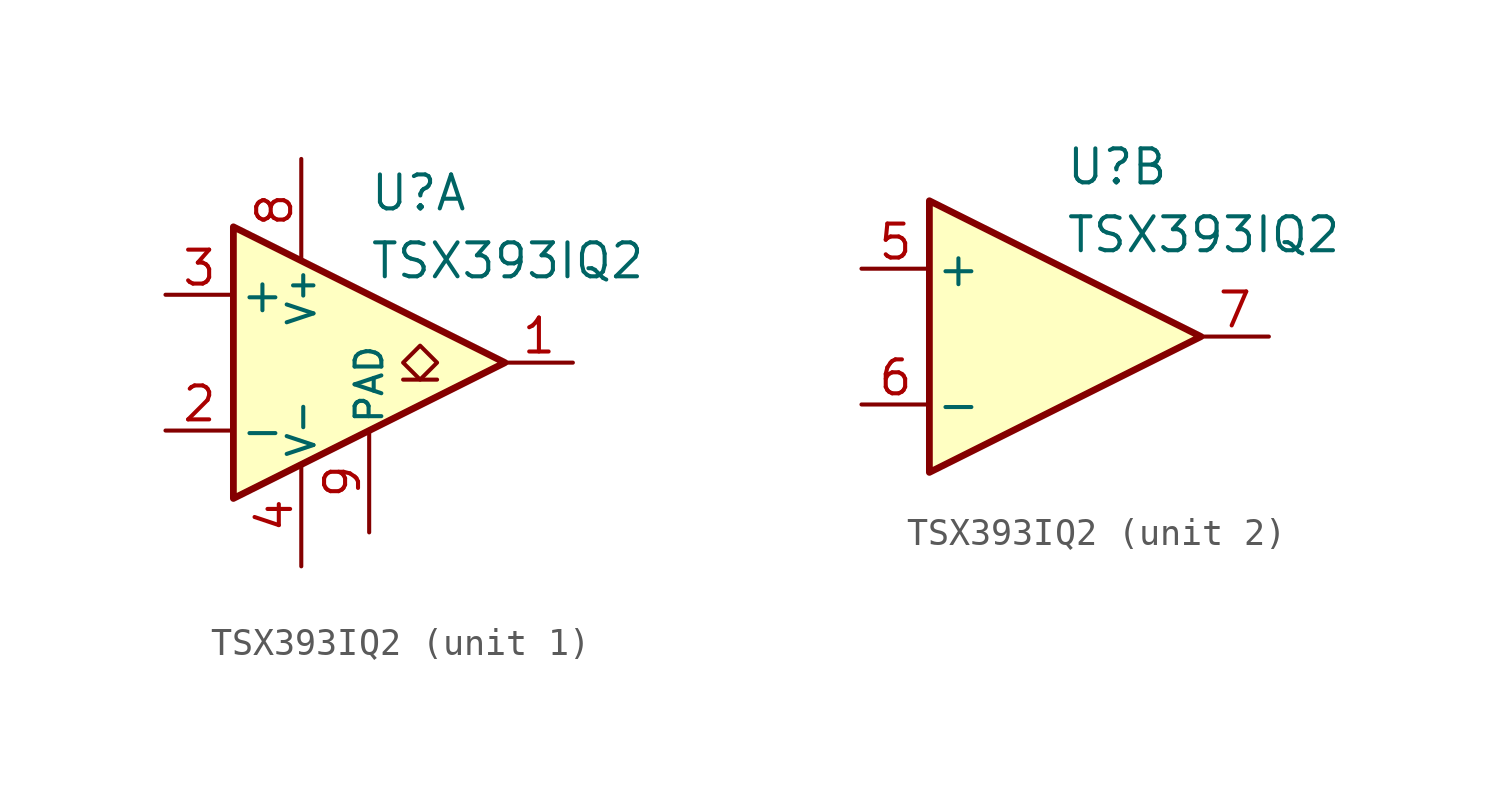
<source format=kicad_sym>
(kicad_symbol_lib
  (version 20231120)
  (generator "kicad_symbol_editor")
  (generator_version "8.0")
  (symbol "TSX393IQ2"
    (pin_names
      (offset 0.2))
    (property "Reference" "U"
      (at 1.27 6.35 0)
      (effects (font (size 1.27 1.27)) (justify left)))
    (property "Value" "TSX393IQ2"
      (at 1.27 3.81 0)
      (effects (font (size 1.27 1.27)) (justify left)))
    (property "ki_locked" ""
      (at 0 0 0)
      (effects (font (size 1.27 1.27))))
    (symbol "TSX393IQ2_0_1"
      (polyline (pts (xy -3.81 5.08) (xy -3.81 -5.08) (xy 6.35 0) (xy -3.81 5.08)) (stroke (width 0.254) (type default)) (fill (type background))))
    (symbol "TSX393IQ2_1_1"
      (polyline (pts (xy 3.81 -0.635) (xy 2.54 -0.635)) (stroke (width 0.152) (type default)) (fill (type none)))
      (polyline (pts (xy 3.175 -0.635) (xy 2.54 0) (xy 3.175 0.635) (xy 3.81 0) (xy 3.175 -0.635)) (stroke (width 0.152) (type default)) (fill (type none)))
      (pin output line (at 8.89 0 180) (length 2.54) (name "~" (effects (font (size 1.27 1.27)))) (number "1" (effects (font (size 1.27 1.27)))))
      (pin input line (at -6.35 -2.54 0) (length 2.54) (name "-" (effects (font (size 1.27 1.27)))) (number "2" (effects (font (size 1.27 1.27)))))
      (pin input line (at -6.35 2.54 0) (length 2.54) (name "+" (effects (font (size 1.27 1.27)))) (number "3" (effects (font (size 1.27 1.27)))))
      (pin power_in line (at -1.27 -7.62 90) (length 3.81) (name "V-" (effects (font (size 1 1)))) (number "4" (effects (font (size 1.27 1.27)))))
      (pin power_in line (at -1.27 7.62 270) (length 3.81) (name "V+" (effects (font (size 1 1)))) (number "8" (effects (font (size 1.27 1.27)))))
      (pin power_in line (at 1.27 -6.35 90) (length 3.81) (name "PAD" (effects (font (size 1 1)))) (number "9" (effects (font (size 1.27 1.27))))))
    (symbol "TSX393IQ2_2_1"
      (pin input line (at -6.35 2.54 0) (length 2.54) (name "+" (effects (font (size 1.27 1.27)))) (number "5" (effects (font (size 1.27 1.27)))))
      (pin input line (at -6.35 -2.54 0) (length 2.54) (name "-" (effects (font (size 1.27 1.27)))) (number "6" (effects (font (size 1.27 1.27)))))
      (pin output line (at 8.89 0 180) (length 2.54) (name "~" (effects (font (size 1.27 1.27)))) (number "7" (effects (font (size 1.27 1.27))))))))
</source>
